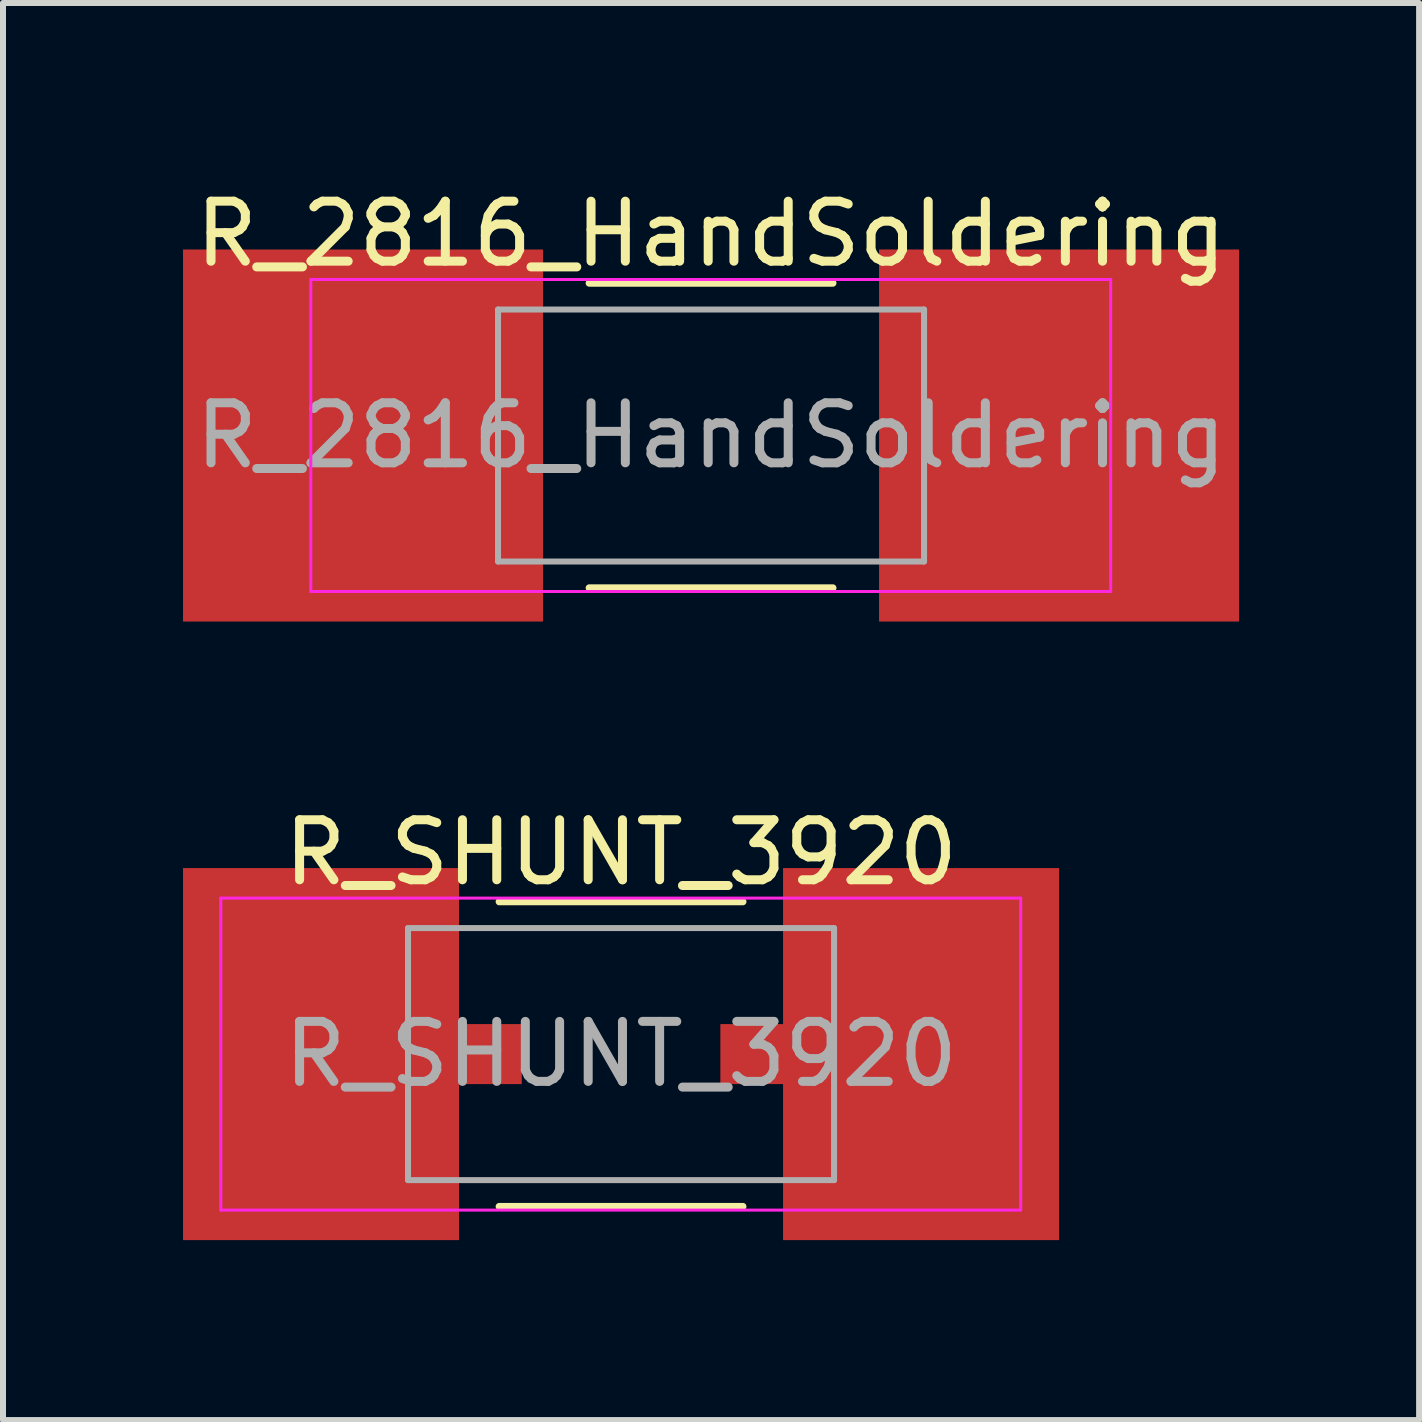
<source format=kicad_pcb>
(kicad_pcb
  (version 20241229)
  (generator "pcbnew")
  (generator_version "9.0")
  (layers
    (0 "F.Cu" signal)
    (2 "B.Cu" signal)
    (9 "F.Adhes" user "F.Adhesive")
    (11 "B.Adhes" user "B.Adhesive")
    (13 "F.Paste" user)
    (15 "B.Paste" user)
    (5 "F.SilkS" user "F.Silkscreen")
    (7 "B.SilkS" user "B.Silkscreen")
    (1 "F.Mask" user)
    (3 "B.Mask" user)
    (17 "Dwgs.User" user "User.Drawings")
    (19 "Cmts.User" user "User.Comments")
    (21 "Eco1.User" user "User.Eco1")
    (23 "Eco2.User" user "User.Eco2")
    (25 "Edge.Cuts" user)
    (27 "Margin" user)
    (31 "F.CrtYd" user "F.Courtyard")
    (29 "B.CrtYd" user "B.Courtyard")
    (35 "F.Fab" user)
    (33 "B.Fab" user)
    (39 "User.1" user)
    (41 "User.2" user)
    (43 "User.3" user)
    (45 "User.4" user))
  (footprint "R_SHUNT_3920"
    (layer "F.Cu")
    (at 7.3 14.517)
    (property "Reference" "R_SHUNT_3920" (at 0 -3.36 0) (layer "F.SilkS") (effects (font (size 1 1) (thickness 0.15))))
    (attr smd)
    (fp_line (start -2.03 -2.54) (end 2.03 -2.54) (stroke (width 0.12) (type solid)) (layer "F.SilkS"))
    (fp_line (start -2.03 2.54) (end 2.03 2.54) (stroke (width 0.12) (type solid)) (layer "F.SilkS"))
    (fp_line (start -6.67 -2.6) (end -6.67 2.6) (stroke (width 0.05) (type solid)) (layer "F.CrtYd"))
    (fp_line (start -6.67 -2.6) (end 6.66 -2.6) (stroke (width 0.05) (type solid)) (layer "F.CrtYd"))
    (fp_line (start 6.66 2.6) (end -6.67 2.6) (stroke (width 0.05) (type solid)) (layer "F.CrtYd"))
    (fp_line (start 6.66 2.6) (end 6.66 -2.6) (stroke (width 0.05) (type solid)) (layer "F.CrtYd"))
    (fp_line (start -3.55 -2.1) (end 3.55 -2.1) (stroke (width 0.1) (type solid)) (layer "F.Fab"))
    (fp_line (start -3.55 2.1) (end -3.55 -2.1) (stroke (width 0.1) (type solid)) (layer "F.Fab"))
    (fp_line (start 3.55 -2.1) (end 3.55 2.1) (stroke (width 0.1) (type solid)) (layer "F.Fab"))
    (fp_line (start 3.55 2.1) (end -3.55 2.1) (stroke (width 0.1) (type solid)) (layer "F.Fab"))
    (fp_text user "${REFERENCE}" (at 0 0 0) (layer "F.Fab") (effects (font (size 1 1) (thickness 0.15))))
    (pad "1" smd rect (at -5 0) (size 4.6 6.2) (layers "F.Cu" "F.Mask" "F.Paste"))
    (pad "2" smd rect (at 5 0) (size 4.6 6.2) (layers "F.Cu" "F.Mask" "F.Paste"))
    (pad "3" smd rect (at -1.905 0) (size 2 1) (drill (offset -0.75 0)) (layers "F.Cu" "F.Mask" "F.Paste"))
    (pad "4" smd rect (at 1.905 0) (size 2 1) (drill (offset 0.75 0)) (layers "F.Cu" "F.Mask" "F.Paste")))
  (footprint "R_2816_HandSoldering"
    (layer "F.Cu")
    (at 8.8 4.208)
    (property "Reference" "R_2816_HandSoldering" (at 0 -3.36 0) (layer "F.SilkS") (effects (font (size 1 1) (thickness 0.15))))
    (attr smd)
    (fp_line (start -2.03 -2.54) (end 2.03 -2.54) (stroke (width 0.12) (type solid)) (layer "F.SilkS"))
    (fp_line (start -2.03 2.54) (end 2.03 2.54) (stroke (width 0.12) (type solid)) (layer "F.SilkS"))
    (fp_line (start -6.67 -2.6) (end -6.67 2.6) (stroke (width 0.05) (type solid)) (layer "F.CrtYd"))
    (fp_line (start -6.67 -2.6) (end 6.66 -2.6) (stroke (width 0.05) (type solid)) (layer "F.CrtYd"))
    (fp_line (start 6.66 2.6) (end -6.67 2.6) (stroke (width 0.05) (type solid)) (layer "F.CrtYd"))
    (fp_line (start 6.66 2.6) (end 6.66 -2.6) (stroke (width 0.05) (type solid)) (layer "F.CrtYd"))
    (fp_line (start -3.55 -2.1) (end 3.55 -2.1) (stroke (width 0.1) (type solid)) (layer "F.Fab"))
    (fp_line (start -3.55 2.1) (end -3.55 -2.1) (stroke (width 0.1) (type solid)) (layer "F.Fab"))
    (fp_line (start 3.55 -2.1) (end 3.55 2.1) (stroke (width 0.1) (type solid)) (layer "F.Fab"))
    (fp_line (start 3.55 2.1) (end -3.55 2.1) (stroke (width 0.1) (type solid)) (layer "F.Fab"))
    (fp_text user "${REFERENCE}" (at 0 0 0) (layer "F.Fab") (effects (font (size 1 1) (thickness 0.15))))
    (pad "1" smd rect (at -5.8 0) (size 6 6.2) (layers "F.Cu" "F.Mask" "F.Paste"))
    (pad "2" smd rect (at 5.8 0) (size 6 6.2) (layers "F.Cu" "F.Mask" "F.Paste")))
  (gr_rect
    (start -3 -3)
    (end 20.6 20.616)
    (stroke (width 0.1) (type default))
    (fill no)
    (layer "Edge.Cuts")))
</source>
